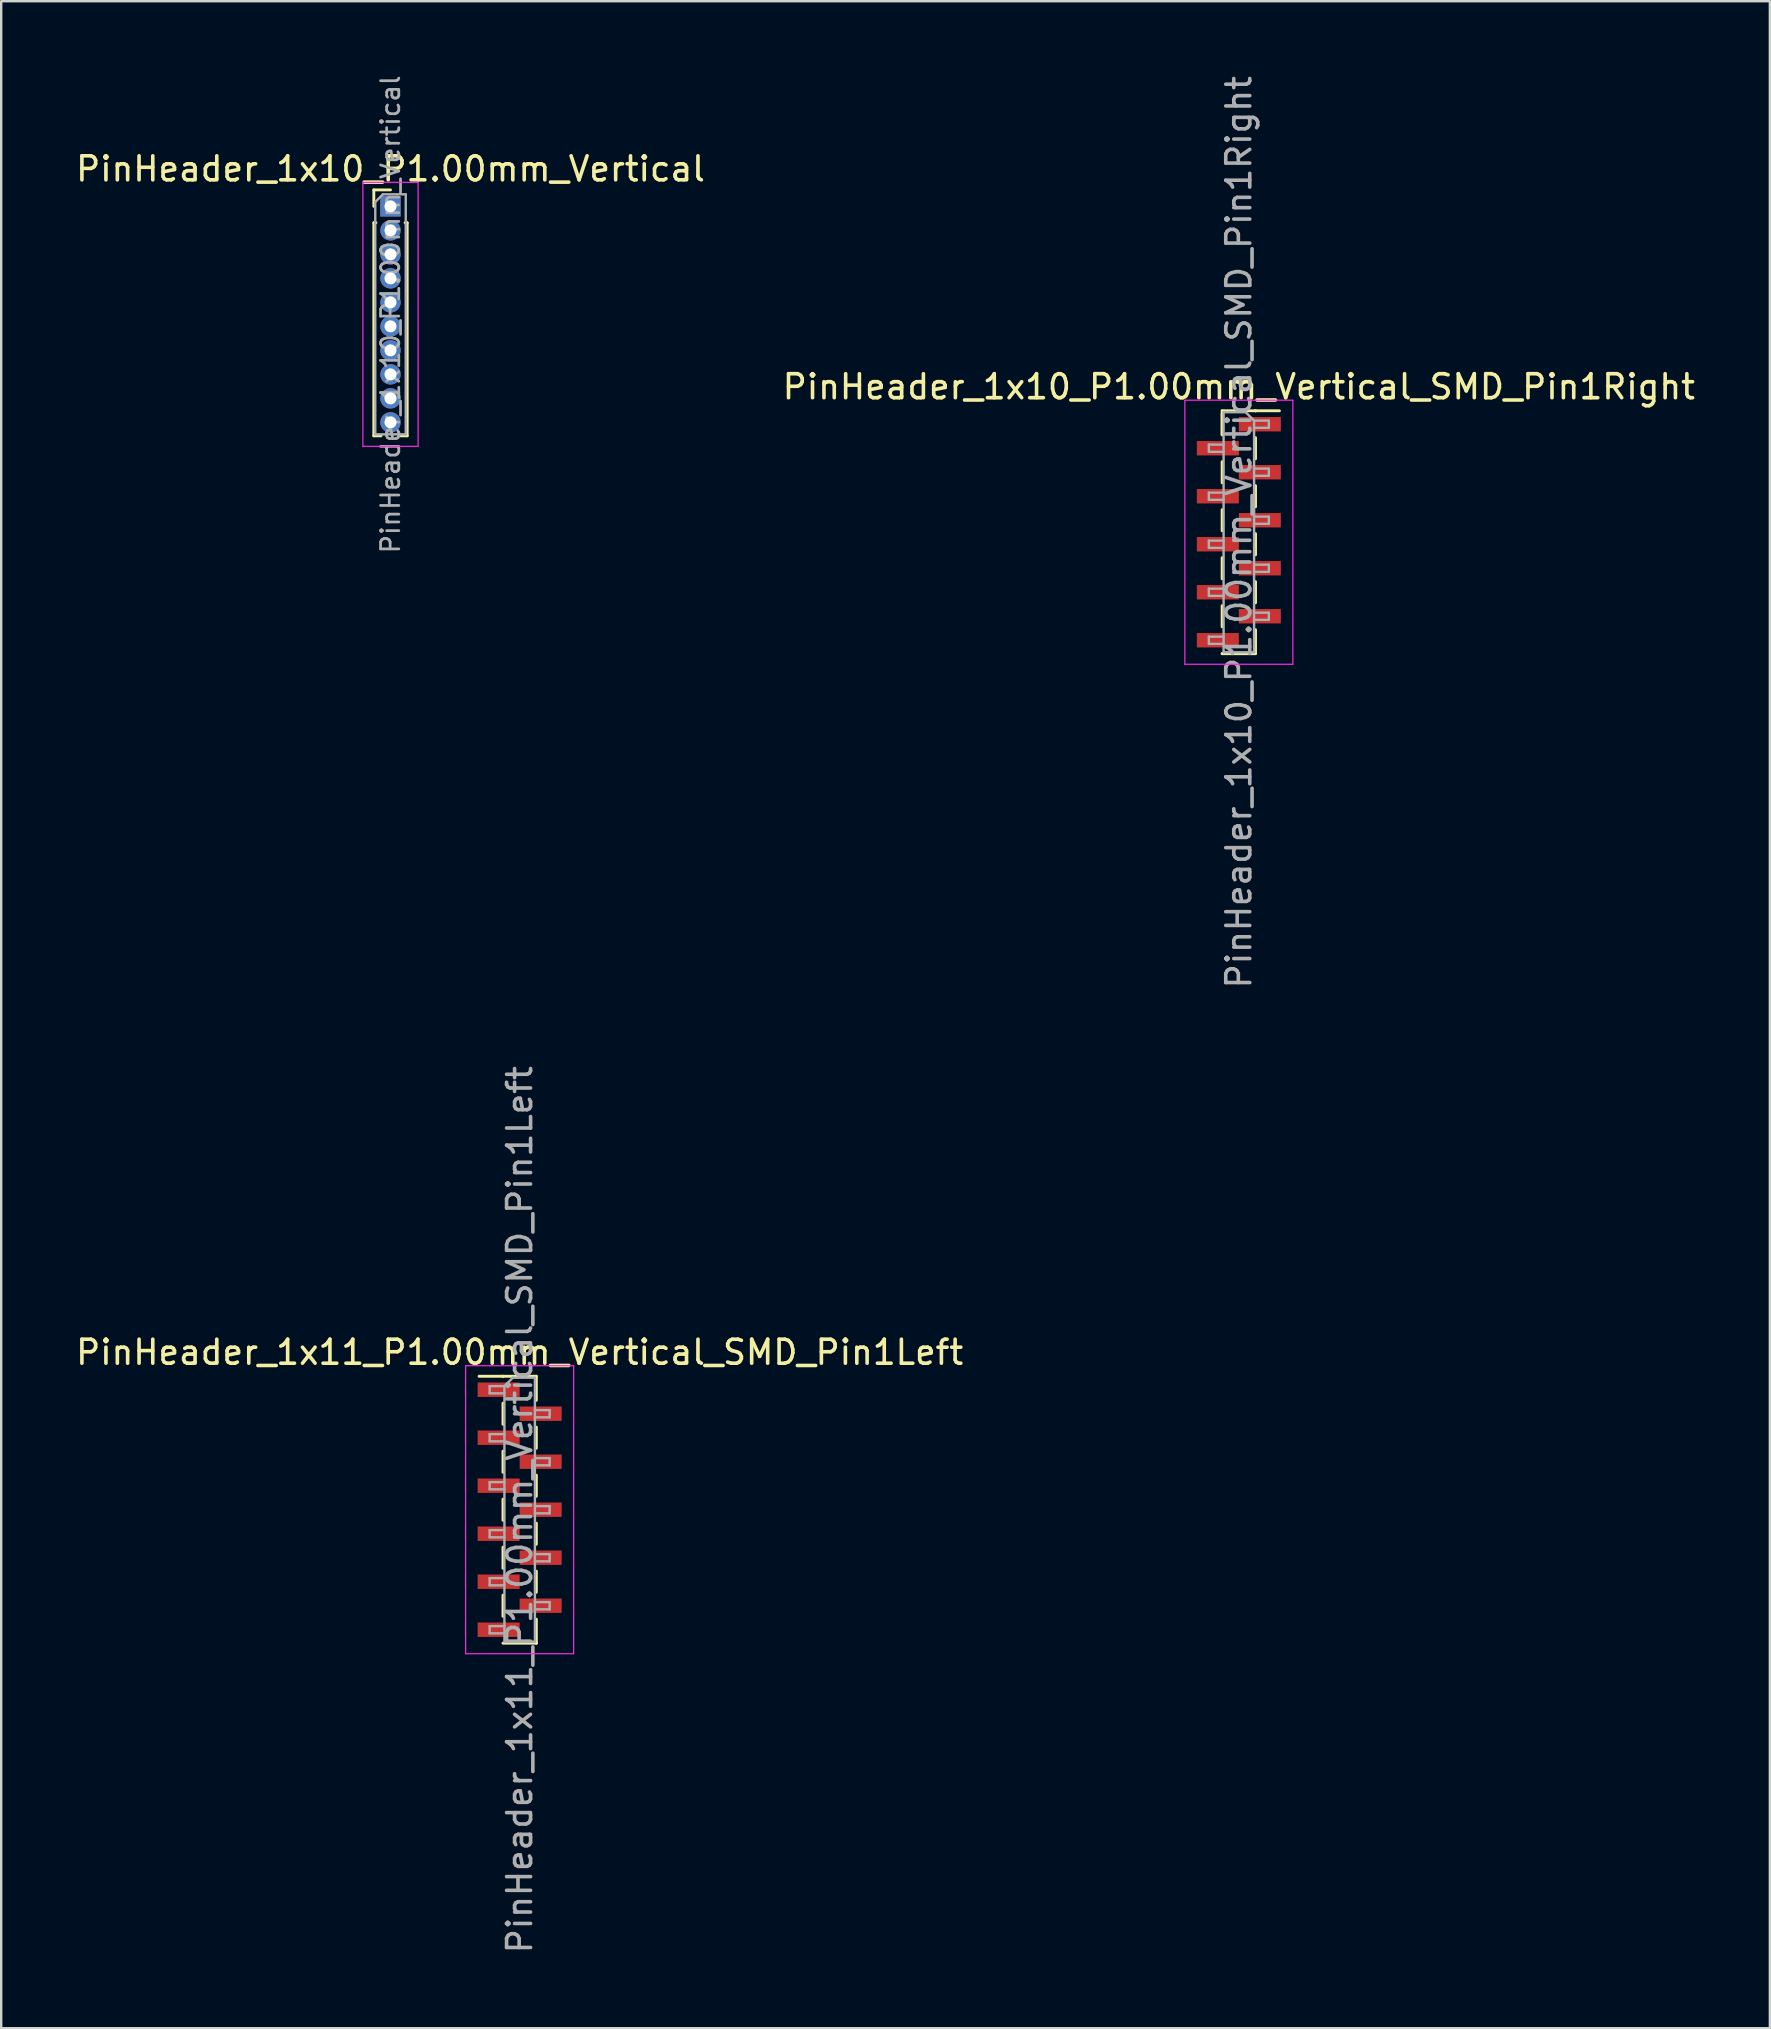
<source format=kicad_pcb>
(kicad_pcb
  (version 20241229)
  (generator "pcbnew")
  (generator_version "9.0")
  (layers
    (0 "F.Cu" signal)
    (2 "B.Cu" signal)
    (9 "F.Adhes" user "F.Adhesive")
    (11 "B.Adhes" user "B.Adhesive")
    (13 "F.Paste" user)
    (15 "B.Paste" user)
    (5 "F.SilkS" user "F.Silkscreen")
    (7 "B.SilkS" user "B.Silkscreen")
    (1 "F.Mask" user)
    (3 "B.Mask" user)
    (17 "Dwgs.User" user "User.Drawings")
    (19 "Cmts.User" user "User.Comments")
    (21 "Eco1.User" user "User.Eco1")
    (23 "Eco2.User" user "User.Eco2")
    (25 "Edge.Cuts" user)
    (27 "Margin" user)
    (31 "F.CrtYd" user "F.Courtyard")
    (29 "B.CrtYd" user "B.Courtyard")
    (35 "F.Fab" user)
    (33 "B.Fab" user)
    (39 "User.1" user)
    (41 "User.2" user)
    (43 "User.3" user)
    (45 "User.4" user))
  (footprint "PinHeader_1x10_P1.00mm_Vertical"
    (layer "F.Cu")
    (at 13.22 5.547)
    (property "Reference" "PinHeader_1x10_P1.00mm_Vertical" (at 0 -1.56 0) (layer "F.SilkS") (effects (font (size 1 1) (thickness 0.15))))
    (attr through_hole)
    (fp_line (start -0.695 -0.685) (end 0 -0.685) (stroke (width 0.12) (type solid)) (layer "F.SilkS"))
    (fp_line (start -0.695 0) (end -0.695 -0.685) (stroke (width 0.12) (type solid)) (layer "F.SilkS"))
    (fp_line (start -0.695 0.685) (end -0.695 9.56) (stroke (width 0.12) (type solid)) (layer "F.SilkS"))
    (fp_line (start -0.695 0.685) (end -0.608 0.685) (stroke (width 0.12) (type solid)) (layer "F.SilkS"))
    (fp_line (start -0.695 9.56) (end -0.394 9.56) (stroke (width 0.12) (type solid)) (layer "F.SilkS"))
    (fp_line (start 0.394 9.56) (end 0.695 9.56) (stroke (width 0.12) (type solid)) (layer "F.SilkS"))
    (fp_line (start 0.608 0.685) (end 0.695 0.685) (stroke (width 0.12) (type solid)) (layer "F.SilkS"))
    (fp_line (start 0.695 0.685) (end 0.695 9.56) (stroke (width 0.12) (type solid)) (layer "F.SilkS"))
    (fp_line (start -1.15 -1) (end -1.15 10) (stroke (width 0.05) (type solid)) (layer "F.CrtYd"))
    (fp_line (start -1.15 10) (end 1.15 10) (stroke (width 0.05) (type solid)) (layer "F.CrtYd"))
    (fp_line (start 1.15 -1) (end -1.15 -1) (stroke (width 0.05) (type solid)) (layer "F.CrtYd"))
    (fp_line (start 1.15 10) (end 1.15 -1) (stroke (width 0.05) (type solid)) (layer "F.CrtYd"))
    (fp_line (start -0.635 -0.182) (end -0.318 -0.5) (stroke (width 0.1) (type solid)) (layer "F.Fab"))
    (fp_line (start -0.635 9.5) (end -0.635 -0.182) (stroke (width 0.1) (type solid)) (layer "F.Fab"))
    (fp_line (start -0.318 -0.5) (end 0.635 -0.5) (stroke (width 0.1) (type solid)) (layer "F.Fab"))
    (fp_line (start 0.635 -0.5) (end 0.635 9.5) (stroke (width 0.1) (type solid)) (layer "F.Fab"))
    (fp_line (start 0.635 9.5) (end -0.635 9.5) (stroke (width 0.1) (type solid)) (layer "F.Fab"))
    (fp_text user "${REFERENCE}" (at 0 4.5 90) (layer "F.Fab") (effects (font (size 0.76 0.76) (thickness 0.114))))
    (pad "1" thru_hole rect (at 0 0) (size 0.85 0.85) (drill 0.5) (layers "*.Cu" "*.Mask"))
    (pad "2" thru_hole oval (at 0 1) (size 0.85 0.85) (drill 0.5) (layers "*.Cu" "*.Mask"))
    (pad "3" thru_hole oval (at 0 2) (size 0.85 0.85) (drill 0.5) (layers "*.Cu" "*.Mask"))
    (pad "4" thru_hole oval (at 0 3) (size 0.85 0.85) (drill 0.5) (layers "*.Cu" "*.Mask"))
    (pad "5" thru_hole oval (at 0 4) (size 0.85 0.85) (drill 0.5) (layers "*.Cu" "*.Mask"))
    (pad "6" thru_hole oval (at 0 5) (size 0.85 0.85) (drill 0.5) (layers "*.Cu" "*.Mask"))
    (pad "7" thru_hole oval (at 0 6) (size 0.85 0.85) (drill 0.5) (layers "*.Cu" "*.Mask"))
    (pad "8" thru_hole oval (at 0 7) (size 0.85 0.85) (drill 0.5) (layers "*.Cu" "*.Mask"))
    (pad "9" thru_hole oval (at 0 8) (size 0.85 0.85) (drill 0.5) (layers "*.Cu" "*.Mask"))
    (pad "10" thru_hole oval (at 0 9) (size 0.85 0.85) (drill 0.5) (layers "*.Cu" "*.Mask")))
  (footprint "PinHeader_1x11_P1.00mm_Vertical_SMD_Pin1Left"
    (layer "F.Cu")
    (at 18.601 59.851)
    (property "Reference" "PinHeader_1x11_P1.00mm_Vertical_SMD_Pin1Left" (at 0 -6.56 0) (layer "F.SilkS") (effects (font (size 1 1) (thickness 0.15))))
    (attr smd)
    (fp_line (start -0.695 -5.56) (end -1.69 -5.56) (stroke (width 0.12) (type solid)) (layer "F.SilkS"))
    (fp_line (start -0.695 -5.56) (end -0.695 -5.56) (stroke (width 0.12) (type solid)) (layer "F.SilkS"))
    (fp_line (start -0.695 -5.56) (end 0.695 -5.56) (stroke (width 0.12) (type solid)) (layer "F.SilkS"))
    (fp_line (start -0.695 -4.44) (end -0.695 -3.56) (stroke (width 0.12) (type solid)) (layer "F.SilkS"))
    (fp_line (start -0.695 -2.44) (end -0.695 -1.56) (stroke (width 0.12) (type solid)) (layer "F.SilkS"))
    (fp_line (start -0.695 -0.44) (end -0.695 0.44) (stroke (width 0.12) (type solid)) (layer "F.SilkS"))
    (fp_line (start -0.695 1.56) (end -0.695 2.44) (stroke (width 0.12) (type solid)) (layer "F.SilkS"))
    (fp_line (start -0.695 3.56) (end -0.695 4.44) (stroke (width 0.12) (type solid)) (layer "F.SilkS"))
    (fp_line (start -0.695 5.56) (end 0.695 5.56) (stroke (width 0.12) (type solid)) (layer "F.SilkS"))
    (fp_line (start 0.695 -5.56) (end 0.695 -4.56) (stroke (width 0.12) (type solid)) (layer "F.SilkS"))
    (fp_line (start 0.695 -3.44) (end 0.695 -2.56) (stroke (width 0.12) (type solid)) (layer "F.SilkS"))
    (fp_line (start 0.695 -1.44) (end 0.695 -0.56) (stroke (width 0.12) (type solid)) (layer "F.SilkS"))
    (fp_line (start 0.695 0.56) (end 0.695 1.44) (stroke (width 0.12) (type solid)) (layer "F.SilkS"))
    (fp_line (start 0.695 2.56) (end 0.695 3.44) (stroke (width 0.12) (type solid)) (layer "F.SilkS"))
    (fp_line (start 0.695 4.56) (end 0.695 5.56) (stroke (width 0.12) (type solid)) (layer "F.SilkS"))
    (fp_line (start 0.695 5.56) (end 0.695 5.56) (stroke (width 0.12) (type solid)) (layer "F.SilkS"))
    (fp_line (start -2.25 -6) (end -2.25 6) (stroke (width 0.05) (type solid)) (layer "F.CrtYd"))
    (fp_line (start -2.25 6) (end 2.25 6) (stroke (width 0.05) (type solid)) (layer "F.CrtYd"))
    (fp_line (start 2.25 -6) (end -2.25 -6) (stroke (width 0.05) (type solid)) (layer "F.CrtYd"))
    (fp_line (start 2.25 6) (end 2.25 -6) (stroke (width 0.05) (type solid)) (layer "F.CrtYd"))
    (fp_line (start -1.25 -5.15) (end -1.25 -4.85) (stroke (width 0.1) (type solid)) (layer "F.Fab"))
    (fp_line (start -1.25 -4.85) (end -0.635 -4.85) (stroke (width 0.1) (type solid)) (layer "F.Fab"))
    (fp_line (start -1.25 -3.15) (end -1.25 -2.85) (stroke (width 0.1) (type solid)) (layer "F.Fab"))
    (fp_line (start -1.25 -2.85) (end -0.635 -2.85) (stroke (width 0.1) (type solid)) (layer "F.Fab"))
    (fp_line (start -1.25 -1.15) (end -1.25 -0.85) (stroke (width 0.1) (type solid)) (layer "F.Fab"))
    (fp_line (start -1.25 -0.85) (end -0.635 -0.85) (stroke (width 0.1) (type solid)) (layer "F.Fab"))
    (fp_line (start -1.25 0.85) (end -1.25 1.15) (stroke (width 0.1) (type solid)) (layer "F.Fab"))
    (fp_line (start -1.25 1.15) (end -0.635 1.15) (stroke (width 0.1) (type solid)) (layer "F.Fab"))
    (fp_line (start -1.25 2.85) (end -1.25 3.15) (stroke (width 0.1) (type solid)) (layer "F.Fab"))
    (fp_line (start -1.25 3.15) (end -0.635 3.15) (stroke (width 0.1) (type solid)) (layer "F.Fab"))
    (fp_line (start -1.25 4.85) (end -1.25 5.15) (stroke (width 0.1) (type solid)) (layer "F.Fab"))
    (fp_line (start -1.25 5.15) (end -0.635 5.15) (stroke (width 0.1) (type solid)) (layer "F.Fab"))
    (fp_line (start -0.635 -5.15) (end -1.25 -5.15) (stroke (width 0.1) (type solid)) (layer "F.Fab"))
    (fp_line (start -0.635 -5.15) (end -0.285 -5.5) (stroke (width 0.1) (type solid)) (layer "F.Fab"))
    (fp_line (start -0.635 -3.15) (end -1.25 -3.15) (stroke (width 0.1) (type solid)) (layer "F.Fab"))
    (fp_line (start -0.635 -1.15) (end -1.25 -1.15) (stroke (width 0.1) (type solid)) (layer "F.Fab"))
    (fp_line (start -0.635 0.85) (end -1.25 0.85) (stroke (width 0.1) (type solid)) (layer "F.Fab"))
    (fp_line (start -0.635 2.85) (end -1.25 2.85) (stroke (width 0.1) (type solid)) (layer "F.Fab"))
    (fp_line (start -0.635 4.85) (end -1.25 4.85) (stroke (width 0.1) (type solid)) (layer "F.Fab"))
    (fp_line (start -0.635 5.5) (end -0.635 -5.15) (stroke (width 0.1) (type solid)) (layer "F.Fab"))
    (fp_line (start -0.285 -5.5) (end 0.635 -5.5) (stroke (width 0.1) (type solid)) (layer "F.Fab"))
    (fp_line (start 0.635 -5.5) (end 0.635 5.5) (stroke (width 0.1) (type solid)) (layer "F.Fab"))
    (fp_line (start 0.635 -4.15) (end 1.25 -4.15) (stroke (width 0.1) (type solid)) (layer "F.Fab"))
    (fp_line (start 0.635 -2.15) (end 1.25 -2.15) (stroke (width 0.1) (type solid)) (layer "F.Fab"))
    (fp_line (start 0.635 -0.15) (end 1.25 -0.15) (stroke (width 0.1) (type solid)) (layer "F.Fab"))
    (fp_line (start 0.635 1.85) (end 1.25 1.85) (stroke (width 0.1) (type solid)) (layer "F.Fab"))
    (fp_line (start 0.635 3.85) (end 1.25 3.85) (stroke (width 0.1) (type solid)) (layer "F.Fab"))
    (fp_line (start 0.635 5.5) (end -0.635 5.5) (stroke (width 0.1) (type solid)) (layer "F.Fab"))
    (fp_line (start 1.25 -4.15) (end 1.25 -3.85) (stroke (width 0.1) (type solid)) (layer "F.Fab"))
    (fp_line (start 1.25 -3.85) (end 0.635 -3.85) (stroke (width 0.1) (type solid)) (layer "F.Fab"))
    (fp_line (start 1.25 -2.15) (end 1.25 -1.85) (stroke (width 0.1) (type solid)) (layer "F.Fab"))
    (fp_line (start 1.25 -1.85) (end 0.635 -1.85) (stroke (width 0.1) (type solid)) (layer "F.Fab"))
    (fp_line (start 1.25 -0.15) (end 1.25 0.15) (stroke (width 0.1) (type solid)) (layer "F.Fab"))
    (fp_line (start 1.25 0.15) (end 0.635 0.15) (stroke (width 0.1) (type solid)) (layer "F.Fab"))
    (fp_line (start 1.25 1.85) (end 1.25 2.15) (stroke (width 0.1) (type solid)) (layer "F.Fab"))
    (fp_line (start 1.25 2.15) (end 0.635 2.15) (stroke (width 0.1) (type solid)) (layer "F.Fab"))
    (fp_line (start 1.25 3.85) (end 1.25 4.15) (stroke (width 0.1) (type solid)) (layer "F.Fab"))
    (fp_line (start 1.25 4.15) (end 0.635 4.15) (stroke (width 0.1) (type solid)) (layer "F.Fab"))
    (fp_text user "${REFERENCE}" (at 0 0 90) (layer "F.Fab") (effects (font (size 1 1) (thickness 0.15))))
    (pad "1" smd rect (at -0.875 -5) (size 1.75 0.6) (layers "F.Cu" "F.Mask" "F.Paste"))
    (pad "2" smd rect (at 0.875 -4) (size 1.75 0.6) (layers "F.Cu" "F.Mask" "F.Paste"))
    (pad "3" smd rect (at -0.875 -3) (size 1.75 0.6) (layers "F.Cu" "F.Mask" "F.Paste"))
    (pad "4" smd rect (at 0.875 -2) (size 1.75 0.6) (layers "F.Cu" "F.Mask" "F.Paste"))
    (pad "5" smd rect (at -0.875 -1) (size 1.75 0.6) (layers "F.Cu" "F.Mask" "F.Paste"))
    (pad "6" smd rect (at 0.875 0) (size 1.75 0.6) (layers "F.Cu" "F.Mask" "F.Paste"))
    (pad "7" smd rect (at -0.875 1) (size 1.75 0.6) (layers "F.Cu" "F.Mask" "F.Paste"))
    (pad "8" smd rect (at 0.875 2) (size 1.75 0.6) (layers "F.Cu" "F.Mask" "F.Paste"))
    (pad "9" smd rect (at -0.875 3) (size 1.75 0.6) (layers "F.Cu" "F.Mask" "F.Paste"))
    (pad "10" smd rect (at 0.875 4) (size 1.75 0.6) (layers "F.Cu" "F.Mask" "F.Paste"))
    (pad "11" smd rect (at -0.875 5) (size 1.75 0.6) (layers "F.Cu" "F.Mask" "F.Paste")))
  (footprint "PinHeader_1x10_P1.00mm_Vertical_SMD_Pin1Right"
    (layer "F.Cu")
    (at 48.565 19.125)
    (property "Reference" "PinHeader_1x10_P1.00mm_Vertical_SMD_Pin1Right" (at 0 -6.06 0) (layer "F.SilkS") (effects (font (size 1 1) (thickness 0.15))))
    (attr smd)
    (fp_line (start -0.695 -5.06) (end -0.695 -4.06) (stroke (width 0.12) (type solid)) (layer "F.SilkS"))
    (fp_line (start -0.695 -5.06) (end 0.695 -5.06) (stroke (width 0.12) (type solid)) (layer "F.SilkS"))
    (fp_line (start -0.695 -4.94) (end -0.695 -4.06) (stroke (width 0.12) (type solid)) (layer "F.SilkS"))
    (fp_line (start -0.695 -2.94) (end -0.695 -2.06) (stroke (width 0.12) (type solid)) (layer "F.SilkS"))
    (fp_line (start -0.695 -0.94) (end -0.695 -0.06) (stroke (width 0.12) (type solid)) (layer "F.SilkS"))
    (fp_line (start -0.695 1.06) (end -0.695 1.94) (stroke (width 0.12) (type solid)) (layer "F.SilkS"))
    (fp_line (start -0.695 3.06) (end -0.695 3.94) (stroke (width 0.12) (type solid)) (layer "F.SilkS"))
    (fp_line (start -0.695 5.06) (end -0.695 5.06) (stroke (width 0.12) (type solid)) (layer "F.SilkS"))
    (fp_line (start -0.695 5.06) (end 0.695 5.06) (stroke (width 0.12) (type solid)) (layer "F.SilkS"))
    (fp_line (start 0.695 -5.06) (end 0.695 -5.06) (stroke (width 0.12) (type solid)) (layer "F.SilkS"))
    (fp_line (start 0.695 -5.06) (end 1.69 -5.06) (stroke (width 0.12) (type solid)) (layer "F.SilkS"))
    (fp_line (start 0.695 -3.94) (end 0.695 -3.06) (stroke (width 0.12) (type solid)) (layer "F.SilkS"))
    (fp_line (start 0.695 -1.94) (end 0.695 -1.06) (stroke (width 0.12) (type solid)) (layer "F.SilkS"))
    (fp_line (start 0.695 0.06) (end 0.695 0.94) (stroke (width 0.12) (type solid)) (layer "F.SilkS"))
    (fp_line (start 0.695 2.06) (end 0.695 2.94) (stroke (width 0.12) (type solid)) (layer "F.SilkS"))
    (fp_line (start 0.695 4.06) (end 0.695 5.06) (stroke (width 0.12) (type solid)) (layer "F.SilkS"))
    (fp_line (start -2.25 -5.5) (end -2.25 5.5) (stroke (width 0.05) (type solid)) (layer "F.CrtYd"))
    (fp_line (start -2.25 5.5) (end 2.25 5.5) (stroke (width 0.05) (type solid)) (layer "F.CrtYd"))
    (fp_line (start 2.25 -5.5) (end -2.25 -5.5) (stroke (width 0.05) (type solid)) (layer "F.CrtYd"))
    (fp_line (start 2.25 5.5) (end 2.25 -5.5) (stroke (width 0.05) (type solid)) (layer "F.CrtYd"))
    (fp_line (start -1.25 -3.65) (end -1.25 -3.35) (stroke (width 0.1) (type solid)) (layer "F.Fab"))
    (fp_line (start -1.25 -3.35) (end -0.635 -3.35) (stroke (width 0.1) (type solid)) (layer "F.Fab"))
    (fp_line (start -1.25 -1.65) (end -1.25 -1.35) (stroke (width 0.1) (type solid)) (layer "F.Fab"))
    (fp_line (start -1.25 -1.35) (end -0.635 -1.35) (stroke (width 0.1) (type solid)) (layer "F.Fab"))
    (fp_line (start -1.25 0.35) (end -1.25 0.65) (stroke (width 0.1) (type solid)) (layer "F.Fab"))
    (fp_line (start -1.25 0.65) (end -0.635 0.65) (stroke (width 0.1) (type solid)) (layer "F.Fab"))
    (fp_line (start -1.25 2.35) (end -1.25 2.65) (stroke (width 0.1) (type solid)) (layer "F.Fab"))
    (fp_line (start -1.25 2.65) (end -0.635 2.65) (stroke (width 0.1) (type solid)) (layer "F.Fab"))
    (fp_line (start -1.25 4.35) (end -1.25 4.65) (stroke (width 0.1) (type solid)) (layer "F.Fab"))
    (fp_line (start -1.25 4.65) (end -0.635 4.65) (stroke (width 0.1) (type solid)) (layer "F.Fab"))
    (fp_line (start -0.635 -5) (end -0.635 5) (stroke (width 0.1) (type solid)) (layer "F.Fab"))
    (fp_line (start -0.635 -5) (end 0.285 -5) (stroke (width 0.1) (type solid)) (layer "F.Fab"))
    (fp_line (start -0.635 -3.65) (end -1.25 -3.65) (stroke (width 0.1) (type solid)) (layer "F.Fab"))
    (fp_line (start -0.635 -1.65) (end -1.25 -1.65) (stroke (width 0.1) (type solid)) (layer "F.Fab"))
    (fp_line (start -0.635 0.35) (end -1.25 0.35) (stroke (width 0.1) (type solid)) (layer "F.Fab"))
    (fp_line (start -0.635 2.35) (end -1.25 2.35) (stroke (width 0.1) (type solid)) (layer "F.Fab"))
    (fp_line (start -0.635 4.35) (end -1.25 4.35) (stroke (width 0.1) (type solid)) (layer "F.Fab"))
    (fp_line (start 0.635 -4.65) (end 0.285 -5) (stroke (width 0.1) (type solid)) (layer "F.Fab"))
    (fp_line (start 0.635 -4.65) (end 1.25 -4.65) (stroke (width 0.1) (type solid)) (layer "F.Fab"))
    (fp_line (start 0.635 -2.65) (end 1.25 -2.65) (stroke (width 0.1) (type solid)) (layer "F.Fab"))
    (fp_line (start 0.635 -0.65) (end 1.25 -0.65) (stroke (width 0.1) (type solid)) (layer "F.Fab"))
    (fp_line (start 0.635 1.35) (end 1.25 1.35) (stroke (width 0.1) (type solid)) (layer "F.Fab"))
    (fp_line (start 0.635 3.35) (end 1.25 3.35) (stroke (width 0.1) (type solid)) (layer "F.Fab"))
    (fp_line (start 0.635 5) (end -0.635 5) (stroke (width 0.1) (type solid)) (layer "F.Fab"))
    (fp_line (start 0.635 5) (end 0.635 -4.65) (stroke (width 0.1) (type solid)) (layer "F.Fab"))
    (fp_line (start 1.25 -4.65) (end 1.25 -4.35) (stroke (width 0.1) (type solid)) (layer "F.Fab"))
    (fp_line (start 1.25 -4.35) (end 0.635 -4.35) (stroke (width 0.1) (type solid)) (layer "F.Fab"))
    (fp_line (start 1.25 -2.65) (end 1.25 -2.35) (stroke (width 0.1) (type solid)) (layer "F.Fab"))
    (fp_line (start 1.25 -2.35) (end 0.635 -2.35) (stroke (width 0.1) (type solid)) (layer "F.Fab"))
    (fp_line (start 1.25 -0.65) (end 1.25 -0.35) (stroke (width 0.1) (type solid)) (layer "F.Fab"))
    (fp_line (start 1.25 -0.35) (end 0.635 -0.35) (stroke (width 0.1) (type solid)) (layer "F.Fab"))
    (fp_line (start 1.25 1.35) (end 1.25 1.65) (stroke (width 0.1) (type solid)) (layer "F.Fab"))
    (fp_line (start 1.25 1.65) (end 0.635 1.65) (stroke (width 0.1) (type solid)) (layer "F.Fab"))
    (fp_line (start 1.25 3.35) (end 1.25 3.65) (stroke (width 0.1) (type solid)) (layer "F.Fab"))
    (fp_line (start 1.25 3.65) (end 0.635 3.65) (stroke (width 0.1) (type solid)) (layer "F.Fab"))
    (fp_text user "${REFERENCE}" (at 0 0 90) (layer "F.Fab") (effects (font (size 1 1) (thickness 0.15))))
    (pad "1" smd rect (at 0.875 -4.5) (size 1.75 0.6) (layers "F.Cu" "F.Mask" "F.Paste"))
    (pad "2" smd rect (at -0.875 -3.5) (size 1.75 0.6) (layers "F.Cu" "F.Mask" "F.Paste"))
    (pad "3" smd rect (at 0.875 -2.5) (size 1.75 0.6) (layers "F.Cu" "F.Mask" "F.Paste"))
    (pad "4" smd rect (at -0.875 -1.5) (size 1.75 0.6) (layers "F.Cu" "F.Mask" "F.Paste"))
    (pad "5" smd rect (at 0.875 -0.5) (size 1.75 0.6) (layers "F.Cu" "F.Mask" "F.Paste"))
    (pad "6" smd rect (at -0.875 0.5) (size 1.75 0.6) (layers "F.Cu" "F.Mask" "F.Paste"))
    (pad "7" smd rect (at 0.875 1.5) (size 1.75 0.6) (layers "F.Cu" "F.Mask" "F.Paste"))
    (pad "8" smd rect (at -0.875 2.5) (size 1.75 0.6) (layers "F.Cu" "F.Mask" "F.Paste"))
    (pad "9" smd rect (at 0.875 3.5) (size 1.75 0.6) (layers "F.Cu" "F.Mask" "F.Paste"))
    (pad "10" smd rect (at -0.875 4.5) (size 1.75 0.6) (layers "F.Cu" "F.Mask" "F.Paste")))
  (gr_rect
    (start -3 -3)
    (end 70.69 81.452)
    (stroke (width 0.1) (type default))
    (fill no)
    (layer "Edge.Cuts")))
</source>
